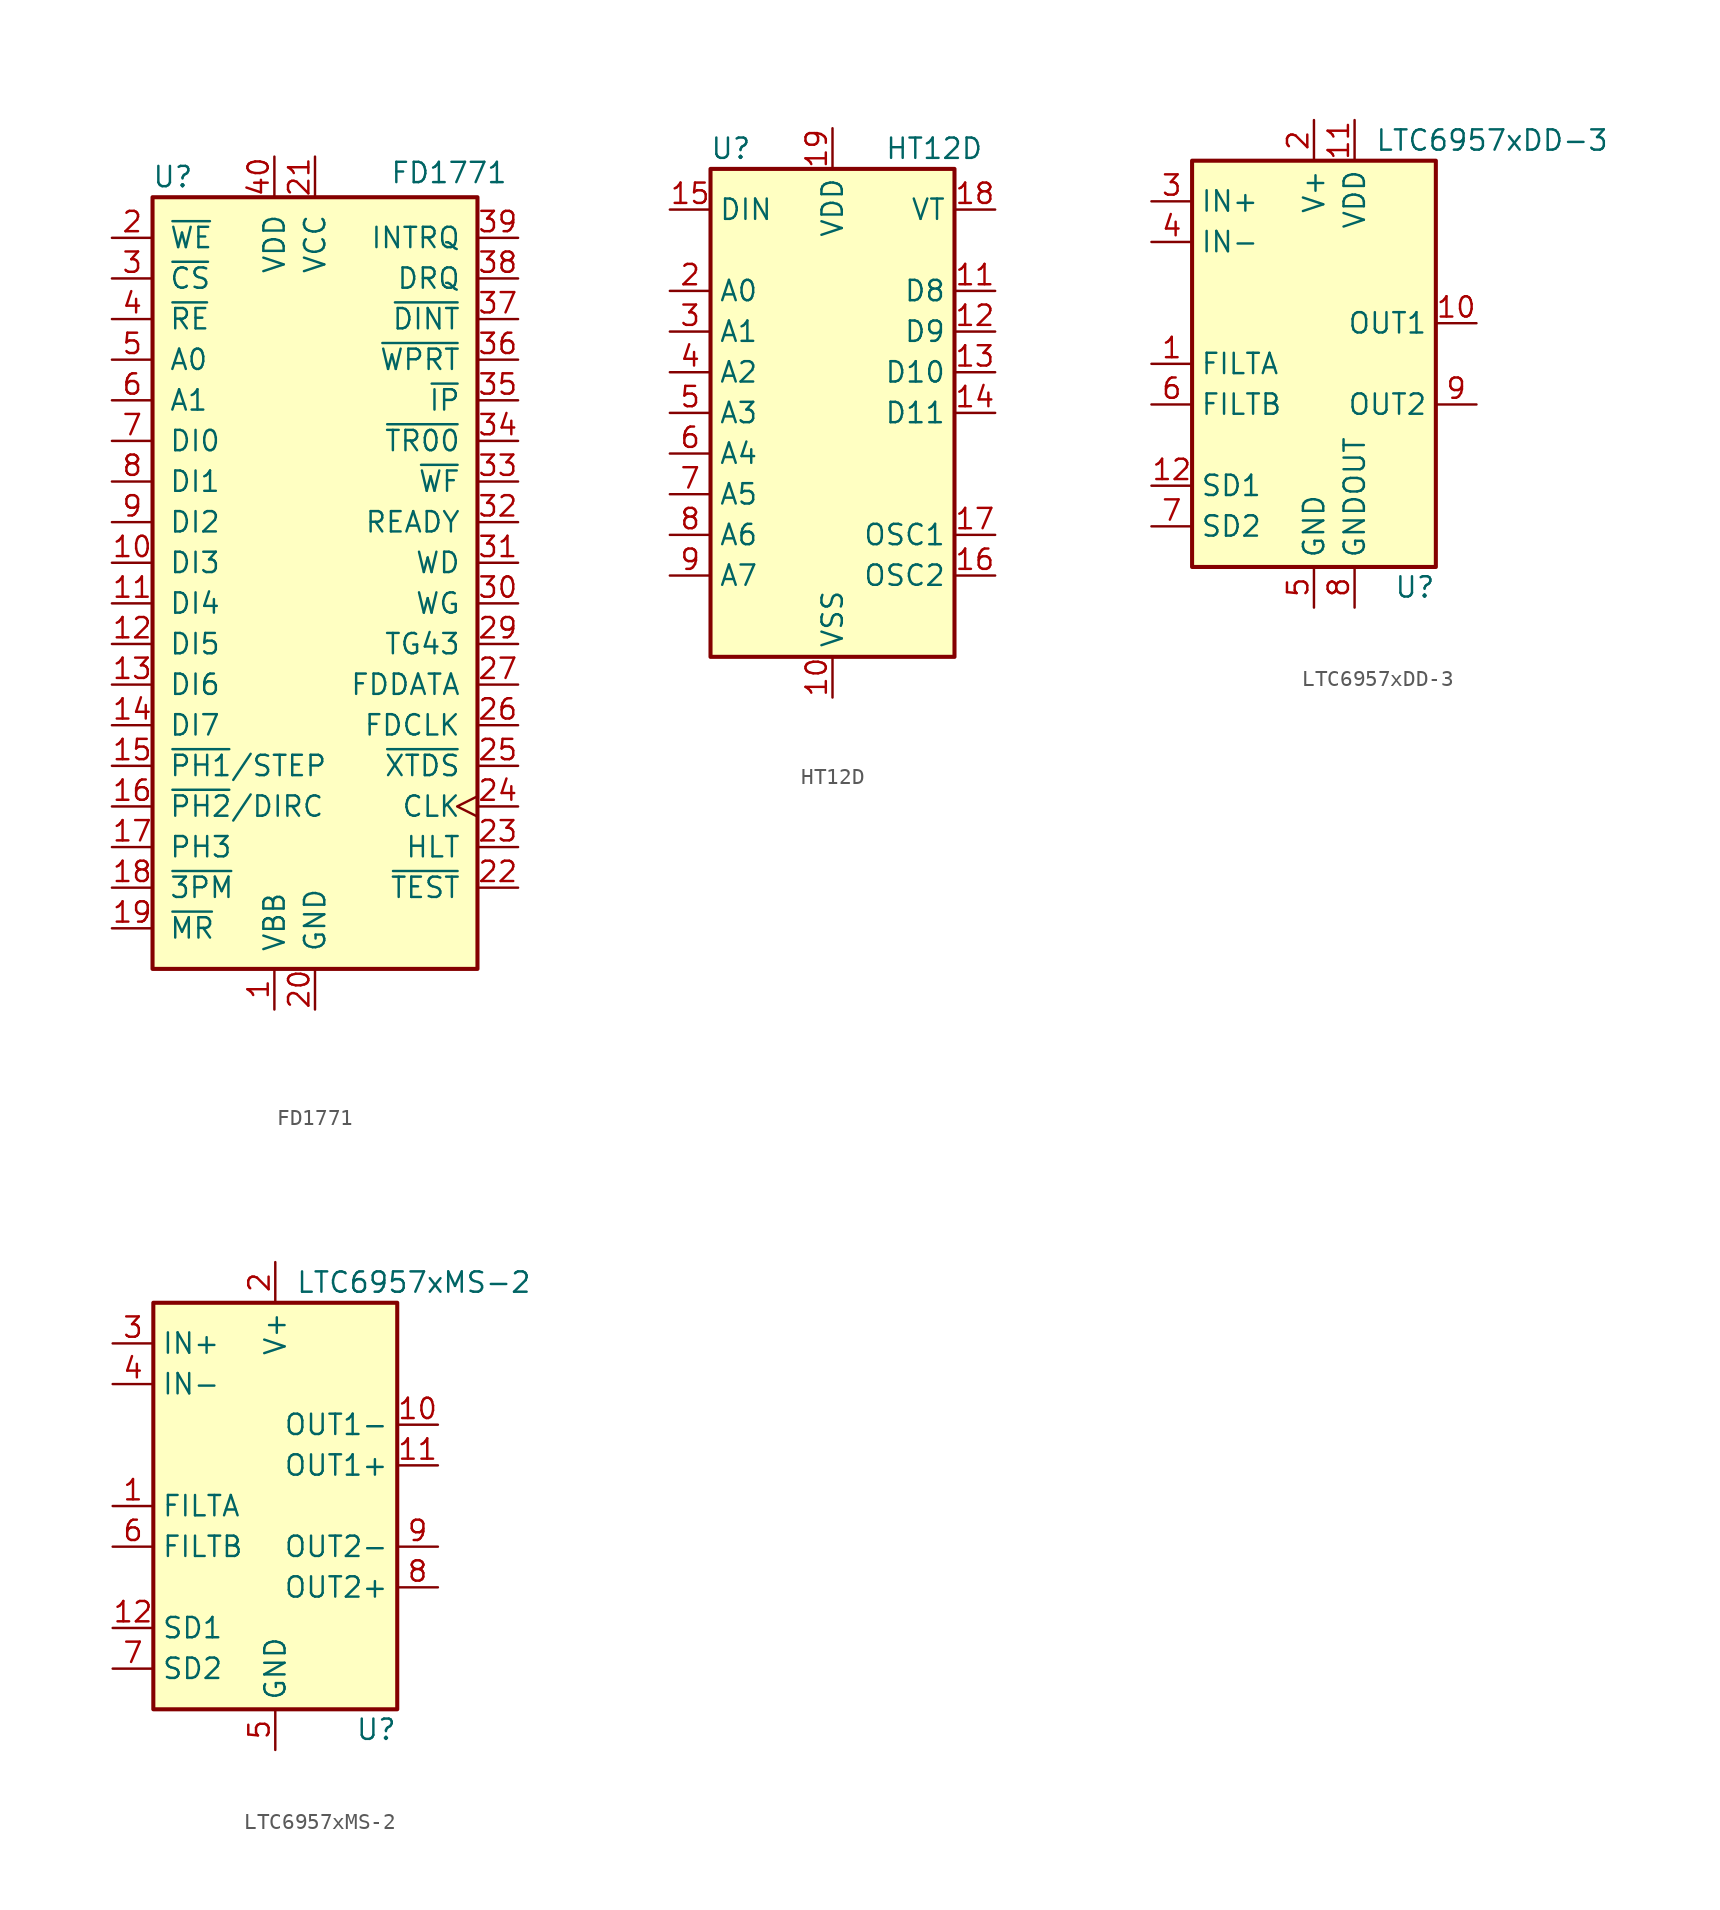
<source format=kicad_sym>
(kicad_symbol_lib
  (version 20241209)
  (generator "kicad_symbol_editor")
  (generator_version "9.0")
  (symbol "FD1771"
    (pin_names
      (offset 1.016))
    (property "Reference" "U"
      (at -8.89 24.13 0)
      (effects (font (size 1.27 1.27))))
    (property "Value" "FD1771"
      (at 8.382 24.384 0)
      (effects (font (size 1.27 1.27))))
    (symbol "FD1771_0_1"
      (rectangle (start -10.16 22.86) (end 10.16 -25.4) (stroke (width 0.254) (type default)) (fill (type background))))
    (symbol "FD1771_1_1"
      (pin input line (at -12.7 20.32 0) (length 2.54) (name "~{WE}" (effects (font (size 1.27 1.27)))) (number "2" (effects (font (size 1.27 1.27)))))
      (pin input line (at -12.7 17.78 0) (length 2.54) (name "~{CS}" (effects (font (size 1.27 1.27)))) (number "3" (effects (font (size 1.27 1.27)))))
      (pin input line (at -12.7 15.24 0) (length 2.54) (name "~{RE}" (effects (font (size 1.27 1.27)))) (number "4" (effects (font (size 1.27 1.27)))))
      (pin input line (at -12.7 12.7 0) (length 2.54) (name "A0" (effects (font (size 1.27 1.27)))) (number "5" (effects (font (size 1.27 1.27)))))
      (pin input line (at -12.7 10.16 0) (length 2.54) (name "A1" (effects (font (size 1.27 1.27)))) (number "6" (effects (font (size 1.27 1.27)))))
      (pin tri_state line (at -12.7 7.62 0) (length 2.54) (name "DI0" (effects (font (size 1.27 1.27)))) (number "7" (effects (font (size 1.27 1.27)))))
      (pin tri_state line (at -12.7 5.08 0) (length 2.54) (name "DI1" (effects (font (size 1.27 1.27)))) (number "8" (effects (font (size 1.27 1.27)))))
      (pin tri_state line (at -12.7 2.54 0) (length 2.54) (name "DI2" (effects (font (size 1.27 1.27)))) (number "9" (effects (font (size 1.27 1.27)))))
      (pin tri_state line (at -12.7 0 0) (length 2.54) (name "DI3" (effects (font (size 1.27 1.27)))) (number "10" (effects (font (size 1.27 1.27)))))
      (pin tri_state line (at -12.7 -2.54 0) (length 2.54) (name "DI4" (effects (font (size 1.27 1.27)))) (number "11" (effects (font (size 1.27 1.27)))))
      (pin tri_state line (at -12.7 -5.08 0) (length 2.54) (name "DI5" (effects (font (size 1.27 1.27)))) (number "12" (effects (font (size 1.27 1.27)))))
      (pin tri_state line (at -12.7 -7.62 0) (length 2.54) (name "DI6" (effects (font (size 1.27 1.27)))) (number "13" (effects (font (size 1.27 1.27)))))
      (pin tri_state line (at -12.7 -10.16 0) (length 2.54) (name "DI7" (effects (font (size 1.27 1.27)))) (number "14" (effects (font (size 1.27 1.27)))))
      (pin output line (at -12.7 -12.7 0) (length 2.54) (name "~{PH1}/STEP" (effects (font (size 1.27 1.27)))) (number "15" (effects (font (size 1.27 1.27)))))
      (pin output line (at -12.7 -15.24 0) (length 2.54) (name "~{PH2}/DIRC" (effects (font (size 1.27 1.27)))) (number "16" (effects (font (size 1.27 1.27)))))
      (pin output line (at -12.7 -17.78 0) (length 2.54) (name "PH3" (effects (font (size 1.27 1.27)))) (number "17" (effects (font (size 1.27 1.27)))))
      (pin input line (at -12.7 -20.32 0) (length 2.54) (name "~{3PM}" (effects (font (size 1.27 1.27)))) (number "18" (effects (font (size 1.27 1.27)))))
      (pin input line (at -12.7 -22.86 0) (length 2.54) (name "~{MR}" (effects (font (size 1.27 1.27)))) (number "19" (effects (font (size 1.27 1.27)))))
      (pin power_in line (at -2.54 25.4 270) (length 2.54) (name "VDD" (effects (font (size 1.27 1.27)))) (number "40" (effects (font (size 1.27 1.27)))))
      (pin power_in line (at -2.54 -27.94 90) (length 2.54) (name "VBB" (effects (font (size 1.27 1.27)))) (number "1" (effects (font (size 1.27 1.27)))))
      (pin power_in line (at 0 25.4 270) (length 2.54) (name "VCC" (effects (font (size 1.27 1.27)))) (number "21" (effects (font (size 1.27 1.27)))))
      (pin power_in line (at 0 -27.94 90) (length 2.54) (name "GND" (effects (font (size 1.27 1.27)))) (number "20" (effects (font (size 1.27 1.27)))))
      (pin input line (at 12.7 20.32 180) (length 2.54) (name "INTRQ" (effects (font (size 1.27 1.27)))) (number "39" (effects (font (size 1.27 1.27)))))
      (pin output line (at 12.7 17.78 180) (length 2.54) (name "DRQ" (effects (font (size 1.27 1.27)))) (number "38" (effects (font (size 1.27 1.27)))))
      (pin input line (at 12.7 15.24 180) (length 2.54) (name "~{DINT}" (effects (font (size 1.27 1.27)))) (number "37" (effects (font (size 1.27 1.27)))))
      (pin input line (at 12.7 12.7 180) (length 2.54) (name "~{WPRT}" (effects (font (size 1.27 1.27)))) (number "36" (effects (font (size 1.27 1.27)))))
      (pin input line (at 12.7 10.16 180) (length 2.54) (name "~{IP}" (effects (font (size 1.27 1.27)))) (number "35" (effects (font (size 1.27 1.27)))))
      (pin input line (at 12.7 7.62 180) (length 2.54) (name "~{TR00}" (effects (font (size 1.27 1.27)))) (number "34" (effects (font (size 1.27 1.27)))))
      (pin input line (at 12.7 5.08 180) (length 2.54) (name "~{WF}" (effects (font (size 1.27 1.27)))) (number "33" (effects (font (size 1.27 1.27)))))
      (pin input line (at 12.7 2.54 180) (length 2.54) (name "READY" (effects (font (size 1.27 1.27)))) (number "32" (effects (font (size 1.27 1.27)))))
      (pin output line (at 12.7 0 180) (length 2.54) (name "WD" (effects (font (size 1.27 1.27)))) (number "31" (effects (font (size 1.27 1.27)))))
      (pin output line (at 12.7 -2.54 180) (length 2.54) (name "WG" (effects (font (size 1.27 1.27)))) (number "30" (effects (font (size 1.27 1.27)))))
      (pin output line (at 12.7 -5.08 180) (length 2.54) (name "TG43" (effects (font (size 1.27 1.27)))) (number "29" (effects (font (size 1.27 1.27)))))
      (pin input line (at 12.7 -7.62 180) (length 2.54) (name "FDDATA" (effects (font (size 1.27 1.27)))) (number "27" (effects (font (size 1.27 1.27)))))
      (pin input line (at 12.7 -10.16 180) (length 2.54) (name "FDCLK" (effects (font (size 1.27 1.27)))) (number "26" (effects (font (size 1.27 1.27)))))
      (pin input line (at 12.7 -12.7 180) (length 2.54) (name "~{XTDS}" (effects (font (size 1.27 1.27)))) (number "25" (effects (font (size 1.27 1.27)))))
      (pin input clock (at 12.7 -15.24 180) (length 2.54) (name "CLK" (effects (font (size 1.27 1.27)))) (number "24" (effects (font (size 1.27 1.27)))))
      (pin input line (at 12.7 -17.78 180) (length 2.54) (name "HLT" (effects (font (size 1.27 1.27)))) (number "23" (effects (font (size 1.27 1.27)))))
      (pin input line (at 12.7 -20.32 180) (length 2.54) (name "~{TEST}" (effects (font (size 1.27 1.27)))) (number "22" (effects (font (size 1.27 1.27)))))))
  (symbol "HT12D"
    (property "Reference" "U"
      (at -6.35 16.51 0)
      (effects (font (size 1.27 1.27))))
    (property "Value" "HT12D"
      (at 6.35 16.51 0)
      (effects (font (size 1.27 1.27))))
    (symbol "HT12D_1_1"
      (rectangle (start -7.62 15.24) (end 7.62 -15.24) (stroke (width 0.254) (type default)) (fill (type background)))
      (pin input line (at -10.16 12.7 0) (length 2.54) (name "DIN" (effects (font (size 1.27 1.27)))) (number "15" (effects (font (size 1.27 1.27)))))
      (pin input line (at -10.16 7.62 0) (length 2.54) (name "A0" (effects (font (size 1.27 1.27)))) (number "2" (effects (font (size 1.27 1.27)))))
      (pin input line (at -10.16 5.08 0) (length 2.54) (name "A1" (effects (font (size 1.27 1.27)))) (number "3" (effects (font (size 1.27 1.27)))))
      (pin input line (at -10.16 2.54 0) (length 2.54) (name "A2" (effects (font (size 1.27 1.27)))) (number "4" (effects (font (size 1.27 1.27)))))
      (pin input line (at -10.16 0 0) (length 2.54) (name "A3" (effects (font (size 1.27 1.27)))) (number "5" (effects (font (size 1.27 1.27)))))
      (pin input line (at -10.16 -2.54 0) (length 2.54) (name "A4" (effects (font (size 1.27 1.27)))) (number "6" (effects (font (size 1.27 1.27)))))
      (pin input line (at -10.16 -5.08 0) (length 2.54) (name "A5" (effects (font (size 1.27 1.27)))) (number "7" (effects (font (size 1.27 1.27)))))
      (pin input line (at -10.16 -7.62 0) (length 2.54) (name "A6" (effects (font (size 1.27 1.27)))) (number "8" (effects (font (size 1.27 1.27)))))
      (pin input line (at -10.16 -10.16 0) (length 2.54) (name "A7" (effects (font (size 1.27 1.27)))) (number "9" (effects (font (size 1.27 1.27)))))
      (pin power_in line (at 0 17.78 270) (length 2.54) (name "VDD" (effects (font (size 1.27 1.27)))) (number "19" (effects (font (size 1.27 1.27)))))
      (pin power_in line (at 0 -17.78 90) (length 2.54) (name "VSS" (effects (font (size 1.27 1.27)))) (number "10" (effects (font (size 1.27 1.27)))))
      (pin no_connect line (at 7.62 -2.54 180) (length 2.54) (hide yes) (name "NC" (effects (font (size 1.27 1.27)))) (number "1" (effects (font (size 1.27 1.27)))))
      (pin no_connect line (at 7.62 -5.08 180) (length 2.54) (hide yes) (name "NC" (effects (font (size 1.27 1.27)))) (number "20" (effects (font (size 1.27 1.27)))))
      (pin output line (at 10.16 12.7 180) (length 2.54) (name "VT" (effects (font (size 1.27 1.27)))) (number "18" (effects (font (size 1.27 1.27)))))
      (pin output line (at 10.16 7.62 180) (length 2.54) (name "D8" (effects (font (size 1.27 1.27)))) (number "11" (effects (font (size 1.27 1.27)))))
      (pin output line (at 10.16 5.08 180) (length 2.54) (name "D9" (effects (font (size 1.27 1.27)))) (number "12" (effects (font (size 1.27 1.27)))))
      (pin output line (at 10.16 2.54 180) (length 2.54) (name "D10" (effects (font (size 1.27 1.27)))) (number "13" (effects (font (size 1.27 1.27)))))
      (pin output line (at 10.16 0 180) (length 2.54) (name "D11" (effects (font (size 1.27 1.27)))) (number "14" (effects (font (size 1.27 1.27)))))
      (pin input line (at 10.16 -7.62 180) (length 2.54) (name "OSC1" (effects (font (size 1.27 1.27)))) (number "17" (effects (font (size 1.27 1.27)))))
      (pin output line (at 10.16 -10.16 180) (length 2.54) (name "OSC2" (effects (font (size 1.27 1.27)))) (number "16" (effects (font (size 1.27 1.27)))))))
  (symbol "LTC6957xDD-3"
    (property "Reference" "U"
      (at 7.62 -13.97 0)
      (effects (font (size 1.27 1.27)) (justify right)))
    (property "Value" "LTC6957xDD-3"
      (at 3.81 13.97 0)
      (effects (font (size 1.27 1.27)) (justify left)))
    (symbol "LTC6957xDD-3_0_1"
      (rectangle (start -7.62 12.7) (end 7.62 -12.7) (stroke (width 0.254) (type default)) (fill (type background))))
    (symbol "LTC6957xDD-3_1_1"
      (pin input line (at -10.16 10.16 0) (length 2.54) (name "IN+" (effects (font (size 1.27 1.27)))) (number "3" (effects (font (size 1.27 1.27)))))
      (pin input line (at -10.16 7.62 0) (length 2.54) (name "IN-" (effects (font (size 1.27 1.27)))) (number "4" (effects (font (size 1.27 1.27)))))
      (pin input line (at -10.16 0 0) (length 2.54) (name "FILTA" (effects (font (size 1.27 1.27)))) (number "1" (effects (font (size 1.27 1.27)))))
      (pin input line (at -10.16 -2.54 0) (length 2.54) (name "FILTB" (effects (font (size 1.27 1.27)))) (number "6" (effects (font (size 1.27 1.27)))))
      (pin input line (at -10.16 -7.62 0) (length 2.54) (name "SD1" (effects (font (size 1.27 1.27)))) (number "12" (effects (font (size 1.27 1.27)))))
      (pin input line (at -10.16 -10.16 0) (length 2.54) (name "SD2" (effects (font (size 1.27 1.27)))) (number "7" (effects (font (size 1.27 1.27)))))
      (pin power_in line (at 0 15.24 270) (length 2.54) (name "V+" (effects (font (size 1.27 1.27)))) (number "2" (effects (font (size 1.27 1.27)))))
      (pin passive line (at 0 -15.24 90) (length 2.54) (hide yes) (name "GND" (effects (font (size 1.27 1.27)))) (number "13" (effects (font (size 1.27 1.27)))))
      (pin power_in line (at 0 -15.24 90) (length 2.54) (name "GND" (effects (font (size 1.27 1.27)))) (number "5" (effects (font (size 1.27 1.27)))))
      (pin power_in line (at 2.54 15.24 270) (length 2.54) (name "VDD" (effects (font (size 1.27 1.27)))) (number "11" (effects (font (size 1.27 1.27)))))
      (pin output line (at 2.54 -15.24 90) (length 2.54) (name "GNDOUT" (effects (font (size 1.27 1.27)))) (number "8" (effects (font (size 1.27 1.27)))))
      (pin output line (at 10.16 2.54 180) (length 2.54) (name "OUT1" (effects (font (size 1.27 1.27)))) (number "10" (effects (font (size 1.27 1.27)))))
      (pin output line (at 10.16 -2.54 180) (length 2.54) (name "OUT2" (effects (font (size 1.27 1.27)))) (number "9" (effects (font (size 1.27 1.27)))))))
  (symbol "LTC6957xMS-2"
    (property "Reference" "U"
      (at 7.62 -13.97 0)
      (effects (font (size 1.27 1.27)) (justify right)))
    (property "Value" "LTC6957xMS-2"
      (at 1.27 13.97 0)
      (effects (font (size 1.27 1.27)) (justify left)))
    (symbol "LTC6957xMS-2_0_1"
      (rectangle (start -7.62 12.7) (end 7.62 -12.7) (stroke (width 0.254) (type default)) (fill (type background))))
    (symbol "LTC6957xMS-2_1_1"
      (pin input line (at -10.16 10.16 0) (length 2.54) (name "IN+" (effects (font (size 1.27 1.27)))) (number "3" (effects (font (size 1.27 1.27)))))
      (pin input line (at -10.16 7.62 0) (length 2.54) (name "IN-" (effects (font (size 1.27 1.27)))) (number "4" (effects (font (size 1.27 1.27)))))
      (pin input line (at -10.16 0 0) (length 2.54) (name "FILTA" (effects (font (size 1.27 1.27)))) (number "1" (effects (font (size 1.27 1.27)))))
      (pin input line (at -10.16 -2.54 0) (length 2.54) (name "FILTB" (effects (font (size 1.27 1.27)))) (number "6" (effects (font (size 1.27 1.27)))))
      (pin input line (at -10.16 -7.62 0) (length 2.54) (name "SD1" (effects (font (size 1.27 1.27)))) (number "12" (effects (font (size 1.27 1.27)))))
      (pin input line (at -10.16 -10.16 0) (length 2.54) (name "SD2" (effects (font (size 1.27 1.27)))) (number "7" (effects (font (size 1.27 1.27)))))
      (pin power_in line (at 0 15.24 270) (length 2.54) (name "V+" (effects (font (size 1.27 1.27)))) (number "2" (effects (font (size 1.27 1.27)))))
      (pin power_in line (at 0 -15.24 90) (length 2.54) (name "GND" (effects (font (size 1.27 1.27)))) (number "5" (effects (font (size 1.27 1.27)))))
      (pin output line (at 10.16 5.08 180) (length 2.54) (name "OUT1-" (effects (font (size 1.27 1.27)))) (number "10" (effects (font (size 1.27 1.27)))))
      (pin output line (at 10.16 2.54 180) (length 2.54) (name "OUT1+" (effects (font (size 1.27 1.27)))) (number "11" (effects (font (size 1.27 1.27)))))
      (pin output line (at 10.16 -2.54 180) (length 2.54) (name "OUT2-" (effects (font (size 1.27 1.27)))) (number "9" (effects (font (size 1.27 1.27)))))
      (pin output line (at 10.16 -5.08 180) (length 2.54) (name "OUT2+" (effects (font (size 1.27 1.27)))) (number "8" (effects (font (size 1.27 1.27))))))))
</source>
